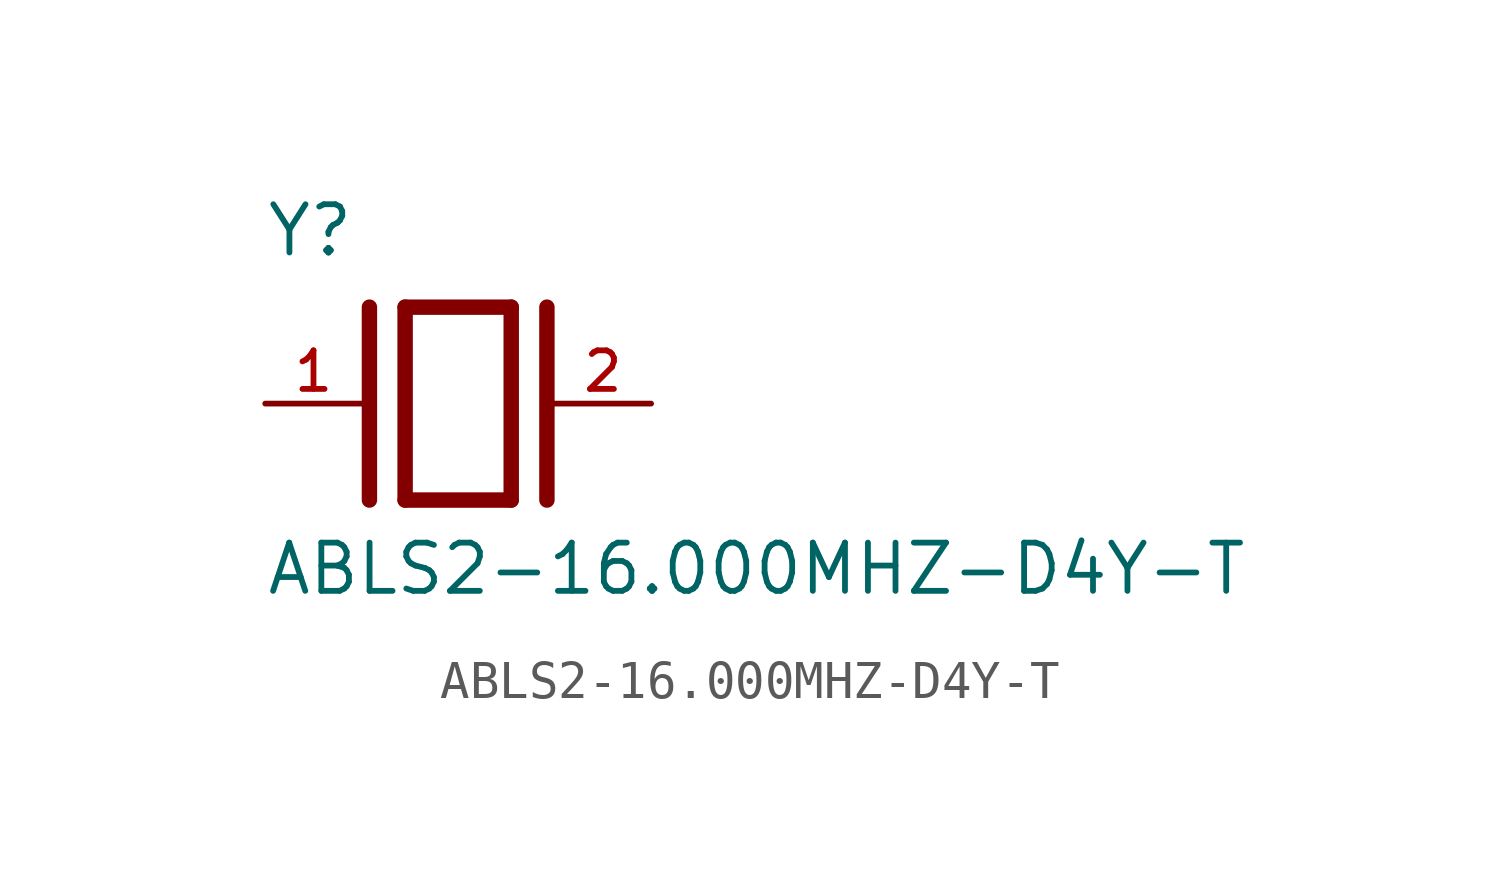
<source format=kicad_sym>
(kicad_symbol_lib
  (version 20211014)
  (generator kicad_symbol_editor)
  (symbol "ABLS2-16.000MHZ-D4Y-T"
    (pin_names
      (offset 1.016))
    (property "Reference" "Y"
      (at -5.088 3.816 0)
      (effects (font (size 1.27 1.27)) (justify bottom left)))
    (property "Value" "ABLS2-16.000MHZ-D4Y-T"
      (at -5.094 -5.094 0)
      (effects (font (size 1.27 1.27)) (justify bottom left)))
    (symbol "ABLS2-16.000MHZ-D4Y-T_0_0"
      (polyline (pts (xy -1.397 2.54) (xy 1.397 2.54)) (stroke (width 0.406)))
      (polyline (pts (xy 1.397 2.54) (xy 1.397 -2.54)) (stroke (width 0.406)))
      (polyline (pts (xy 1.397 -2.54) (xy -1.397 -2.54)) (stroke (width 0.406)))
      (polyline (pts (xy -1.397 2.54) (xy -1.397 -2.54)) (stroke (width 0.406)))
      (polyline (pts (xy 2.337 2.54) (xy 2.337 -2.54)) (stroke (width 0.406)))
      (polyline (pts (xy -2.337 2.54) (xy -2.337 -2.54)) (stroke (width 0.406)))
      (pin passive line (at 5.08 0.0 180.0) (length 2.54) (name "~" (effects (font (size 1.016 1.016)))) (number "2" (effects (font (size 1.016 1.016)))))
      (pin passive line (at -5.08 0.0 0) (length 2.54) (name "~" (effects (font (size 1.016 1.016)))) (number "1" (effects (font (size 1.016 1.016))))))))
</source>
